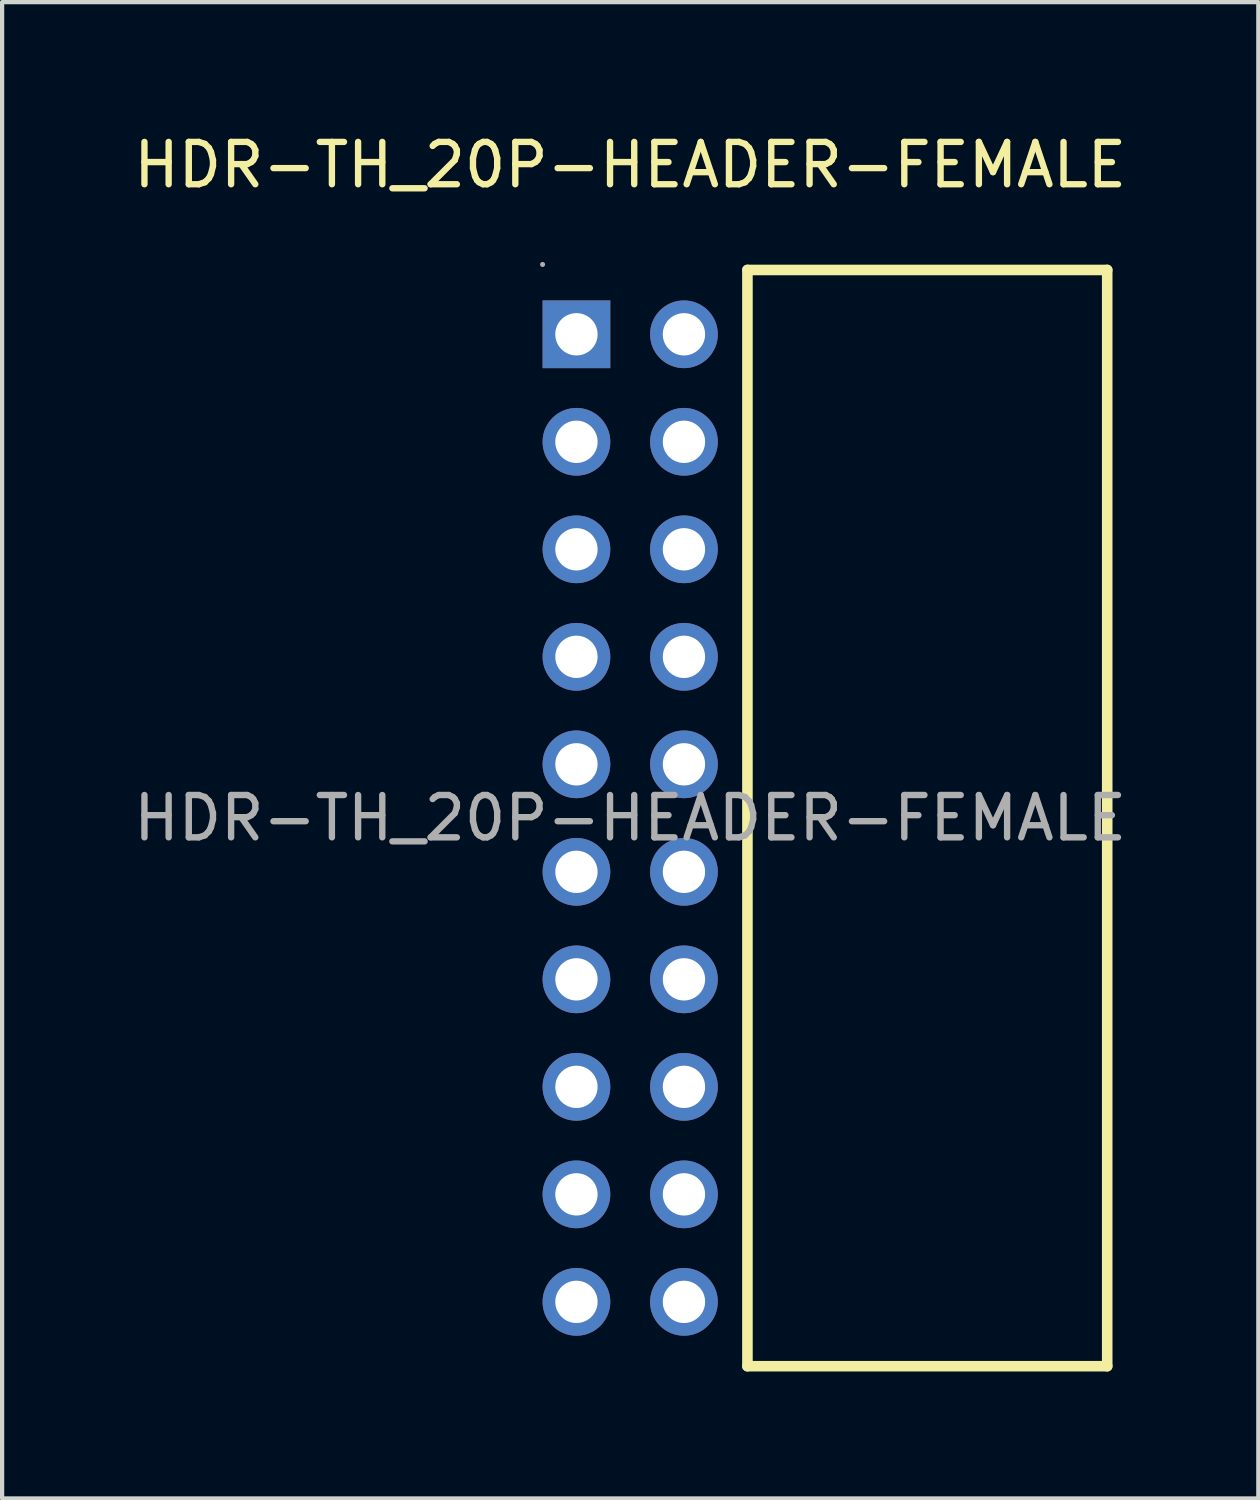
<source format=kicad_pcb>
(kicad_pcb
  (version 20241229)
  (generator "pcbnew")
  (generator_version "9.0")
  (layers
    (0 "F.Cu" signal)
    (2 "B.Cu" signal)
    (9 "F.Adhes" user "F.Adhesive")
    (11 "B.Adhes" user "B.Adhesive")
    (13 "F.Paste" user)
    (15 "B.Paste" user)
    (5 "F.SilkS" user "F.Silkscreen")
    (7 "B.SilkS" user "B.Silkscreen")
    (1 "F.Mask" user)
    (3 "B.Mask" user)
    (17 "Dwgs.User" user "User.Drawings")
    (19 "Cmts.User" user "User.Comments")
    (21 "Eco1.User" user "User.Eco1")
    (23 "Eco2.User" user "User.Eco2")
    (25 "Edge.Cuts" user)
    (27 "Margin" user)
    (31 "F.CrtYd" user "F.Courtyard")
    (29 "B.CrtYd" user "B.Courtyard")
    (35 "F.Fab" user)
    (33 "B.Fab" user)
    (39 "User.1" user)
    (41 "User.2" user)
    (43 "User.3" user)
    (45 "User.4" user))
  (footprint "HDR-TH_20P-HEADER-FEMALE"
    (layer "F.Cu")
    (at 11.839 16.278)
    (property "Reference" "HDR-TH_20P-HEADER-FEMALE" (at 0 -15.43 0) (layer "F.SilkS") (effects (font (size 1 1) (thickness 0.15))))
    (attr through_hole)
    (fp_line (start 2.77 12.95) (end 2.77 -12.95) (stroke (width 0.25) (type solid)) (layer "F.SilkS"))
    (fp_line (start 11.27 -12.95) (end 2.77 -12.95) (stroke (width 0.25) (type solid)) (layer "F.SilkS"))
    (fp_line (start 11.27 12.95) (end 2.77 12.95) (stroke (width 0.25) (type solid)) (layer "F.SilkS"))
    (fp_line (start 11.27 12.95) (end 11.27 -12.95) (stroke (width 0.25) (type solid)) (layer "F.SilkS"))
    (fp_circle (center -2.07 -13.08) (end -2.04 -13.08) (stroke (width 0.06) (type solid)) (fill no) (layer "F.Fab"))
    (fp_circle (center -1.27 -11.43) (end -1.07 -11.43) (stroke (width 0.4) (type solid)) (fill no) (layer "F.Fab"))
    (fp_circle (center -1.27 -8.89) (end -1.07 -8.89) (stroke (width 0.4) (type solid)) (fill no) (layer "F.Fab"))
    (fp_circle (center -1.27 -6.35) (end -1.07 -6.35) (stroke (width 0.4) (type solid)) (fill no) (layer "F.Fab"))
    (fp_circle (center -1.27 -3.81) (end -1.07 -3.81) (stroke (width 0.4) (type solid)) (fill no) (layer "F.Fab"))
    (fp_circle (center -1.27 -1.27) (end -1.07 -1.27) (stroke (width 0.4) (type solid)) (fill no) (layer "F.Fab"))
    (fp_circle (center -1.27 1.27) (end -1.07 1.27) (stroke (width 0.4) (type solid)) (fill no) (layer "F.Fab"))
    (fp_circle (center -1.27 3.81) (end -1.07 3.81) (stroke (width 0.4) (type solid)) (fill no) (layer "F.Fab"))
    (fp_circle (center -1.27 6.35) (end -1.07 6.35) (stroke (width 0.4) (type solid)) (fill no) (layer "F.Fab"))
    (fp_circle (center -1.27 8.89) (end -1.07 8.89) (stroke (width 0.4) (type solid)) (fill no) (layer "F.Fab"))
    (fp_circle (center -1.27 11.43) (end -1.07 11.43) (stroke (width 0.4) (type solid)) (fill no) (layer "F.Fab"))
    (fp_circle (center 1.27 -11.43) (end 1.47 -11.43) (stroke (width 0.4) (type solid)) (fill no) (layer "F.Fab"))
    (fp_circle (center 1.27 -8.89) (end 1.47 -8.89) (stroke (width 0.4) (type solid)) (fill no) (layer "F.Fab"))
    (fp_circle (center 1.27 -6.35) (end 1.47 -6.35) (stroke (width 0.4) (type solid)) (fill no) (layer "F.Fab"))
    (fp_circle (center 1.27 -3.81) (end 1.47 -3.81) (stroke (width 0.4) (type solid)) (fill no) (layer "F.Fab"))
    (fp_circle (center 1.27 -1.27) (end 1.47 -1.27) (stroke (width 0.4) (type solid)) (fill no) (layer "F.Fab"))
    (fp_circle (center 1.27 1.27) (end 1.47 1.27) (stroke (width 0.4) (type solid)) (fill no) (layer "F.Fab"))
    (fp_circle (center 1.27 3.81) (end 1.47 3.81) (stroke (width 0.4) (type solid)) (fill no) (layer "F.Fab"))
    (fp_circle (center 1.27 6.35) (end 1.47 6.35) (stroke (width 0.4) (type solid)) (fill no) (layer "F.Fab"))
    (fp_circle (center 1.27 8.89) (end 1.47 8.89) (stroke (width 0.4) (type solid)) (fill no) (layer "F.Fab"))
    (fp_circle (center 1.27 11.43) (end 1.47 11.43) (stroke (width 0.4) (type solid)) (fill no) (layer "F.Fab"))
    (fp_text user "${REFERENCE}" (at 0 0 0) (layer "F.Fab") (effects (font (size 1 1) (thickness 0.15))))
    (pad "1" thru_hole rect (at -1.27 -11.43) (size 1.6 1.6) (drill 1) (layers "*.Cu" "*.Paste" "*.Mask"))
    (pad "2" thru_hole circle (at 1.27 -11.43 90) (size 1.6 1.6) (drill 1) (layers "*.Cu" "*.Paste" "*.Mask"))
    (pad "3" thru_hole circle (at -1.27 -8.89 90) (size 1.6 1.6) (drill 1) (layers "*.Cu" "*.Paste" "*.Mask"))
    (pad "4" thru_hole circle (at 1.27 -8.89 90) (size 1.6 1.6) (drill 1) (layers "*.Cu" "*.Paste" "*.Mask"))
    (pad "5" thru_hole circle (at -1.27 -6.35 90) (size 1.6 1.6) (drill 1) (layers "*.Cu" "*.Paste" "*.Mask"))
    (pad "6" thru_hole circle (at 1.27 -6.35 90) (size 1.6 1.6) (drill 1) (layers "*.Cu" "*.Paste" "*.Mask"))
    (pad "7" thru_hole circle (at -1.27 -3.81) (size 1.6 1.6) (drill 1) (layers "*.Cu" "*.Paste" "*.Mask"))
    (pad "8" thru_hole circle (at 1.27 -3.81) (size 1.6 1.6) (drill 1) (layers "*.Cu" "*.Paste" "*.Mask"))
    (pad "9" thru_hole circle (at -1.27 -1.27) (size 1.6 1.6) (drill 1) (layers "*.Cu" "*.Paste" "*.Mask"))
    (pad "10" thru_hole circle (at 1.27 -1.27) (size 1.6 1.6) (drill 1) (layers "*.Cu" "*.Paste" "*.Mask"))
    (pad "11" thru_hole circle (at -1.27 1.27) (size 1.6 1.6) (drill 1) (layers "*.Cu" "*.Paste" "*.Mask"))
    (pad "12" thru_hole circle (at 1.27 1.27) (size 1.6 1.6) (drill 1) (layers "*.Cu" "*.Paste" "*.Mask"))
    (pad "13" thru_hole circle (at -1.27 3.81) (size 1.6 1.6) (drill 1) (layers "*.Cu" "*.Paste" "*.Mask"))
    (pad "14" thru_hole circle (at 1.27 3.81) (size 1.6 1.6) (drill 1) (layers "*.Cu" "*.Paste" "*.Mask"))
    (pad "15" thru_hole circle (at -1.27 6.35) (size 1.6 1.6) (drill 1) (layers "*.Cu" "*.Paste" "*.Mask"))
    (pad "16" thru_hole circle (at 1.27 6.35) (size 1.6 1.6) (drill 1) (layers "*.Cu" "*.Paste" "*.Mask"))
    (pad "17" thru_hole circle (at -1.27 8.89) (size 1.6 1.6) (drill 1) (layers "*.Cu" "*.Paste" "*.Mask"))
    (pad "18" thru_hole circle (at 1.27 8.89) (size 1.6 1.6) (drill 1) (layers "*.Cu" "*.Paste" "*.Mask"))
    (pad "19" thru_hole circle (at -1.27 11.43) (size 1.6 1.6) (drill 1) (layers "*.Cu" "*.Paste" "*.Mask"))
    (pad "20" thru_hole circle (at 1.27 11.43) (size 1.6 1.6) (drill 1) (layers "*.Cu" "*.Paste" "*.Mask")))
  (gr_rect
    (start -3 -3)
    (end 26.679 32.353)
    (stroke (width 0.1) (type default))
    (fill no)
    (layer "Edge.Cuts")))
</source>
